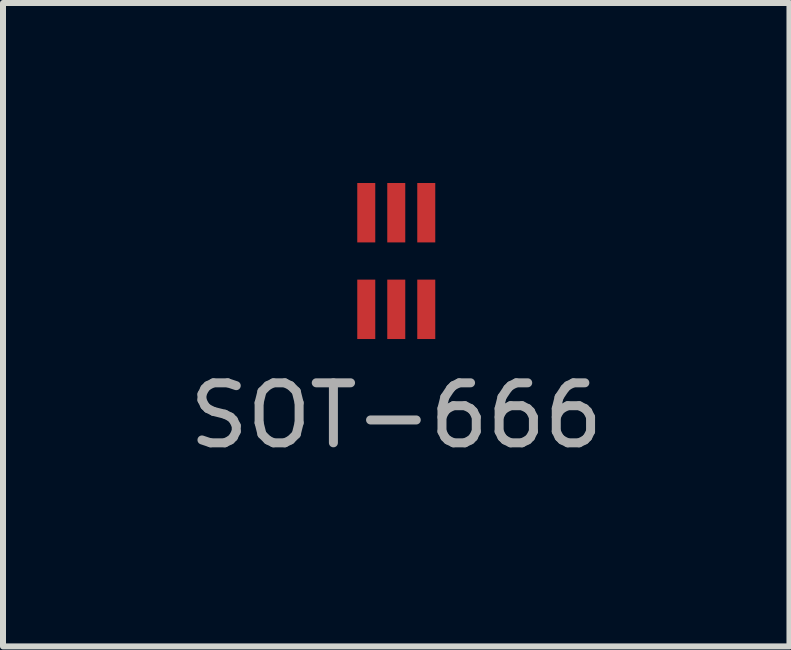
<source format=kicad_pcb>
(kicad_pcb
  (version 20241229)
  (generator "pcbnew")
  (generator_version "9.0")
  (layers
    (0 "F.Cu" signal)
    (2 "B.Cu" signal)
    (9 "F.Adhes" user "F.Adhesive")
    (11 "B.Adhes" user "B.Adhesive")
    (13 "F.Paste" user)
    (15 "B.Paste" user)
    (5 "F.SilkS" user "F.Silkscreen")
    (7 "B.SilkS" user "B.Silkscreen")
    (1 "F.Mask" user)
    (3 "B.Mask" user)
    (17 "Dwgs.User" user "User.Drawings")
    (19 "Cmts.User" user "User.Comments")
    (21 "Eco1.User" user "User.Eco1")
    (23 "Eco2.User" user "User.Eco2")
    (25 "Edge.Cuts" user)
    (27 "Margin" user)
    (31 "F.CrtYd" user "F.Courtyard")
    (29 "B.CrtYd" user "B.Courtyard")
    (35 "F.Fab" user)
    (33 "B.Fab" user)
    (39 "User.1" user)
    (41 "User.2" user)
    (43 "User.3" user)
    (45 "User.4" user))
  (footprint "SOT-666"
    (layer "F.Cu")
    (at 3.554 1.3)
    (property "Reference" "SOT-666" (at 0 2.575 0) (layer "F.Fab") (effects (font (size 1 1) (thickness 0.15))))
    (attr through_hole)
    (pad "1" smd rect (at -0.5 0.805) (size 0.3 0.99) (layers "F.Cu" "F.Mask" "F.Paste"))
    (pad "2" smd rect (at 0 0.805) (size 0.3 0.99) (layers "F.Cu" "F.Mask" "F.Paste"))
    (pad "3" smd rect (at 0.5 0.805) (size 0.3 0.99) (layers "F.Cu" "F.Mask" "F.Paste"))
    (pad "4" smd rect (at 0.5 -0.805) (size 0.3 0.99) (layers "F.Cu" "F.Mask" "F.Paste"))
    (pad "5" smd rect (at 0 -0.805) (size 0.3 0.99) (layers "F.Cu" "F.Mask" "F.Paste"))
    (pad "6" smd rect (at -0.5 -0.805) (size 0.3 0.99) (layers "F.Cu" "F.Mask" "F.Paste")))
  (gr_rect
    (start -3 -3)
    (end 10.107 7.723)
    (stroke (width 0.1) (type default))
    (fill no)
    (layer "Edge.Cuts")))
</source>
